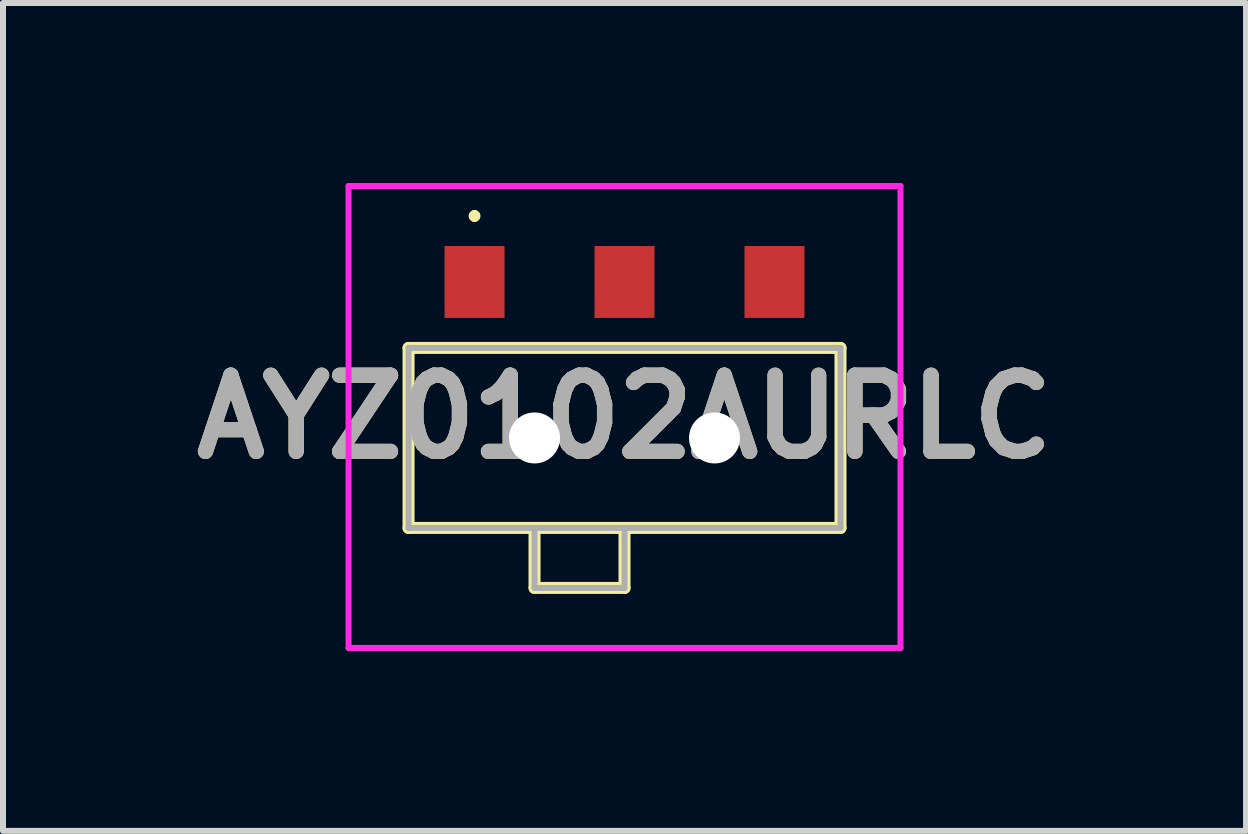
<source format=kicad_pcb>
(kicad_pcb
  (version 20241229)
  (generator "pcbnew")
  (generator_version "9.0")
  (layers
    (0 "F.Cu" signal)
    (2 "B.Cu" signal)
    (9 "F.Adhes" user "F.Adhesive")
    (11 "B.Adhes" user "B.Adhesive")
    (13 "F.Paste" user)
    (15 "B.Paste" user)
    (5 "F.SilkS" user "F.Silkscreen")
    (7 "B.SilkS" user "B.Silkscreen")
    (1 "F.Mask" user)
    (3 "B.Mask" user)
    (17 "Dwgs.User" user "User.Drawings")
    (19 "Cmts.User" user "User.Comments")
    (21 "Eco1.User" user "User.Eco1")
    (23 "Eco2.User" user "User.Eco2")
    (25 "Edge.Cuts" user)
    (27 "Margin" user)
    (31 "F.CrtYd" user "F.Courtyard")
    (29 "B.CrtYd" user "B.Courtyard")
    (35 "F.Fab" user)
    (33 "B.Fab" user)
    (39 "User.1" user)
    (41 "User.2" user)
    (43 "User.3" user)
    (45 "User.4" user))
  (footprint "AYZ0102AURLC"
    (layer "F.Cu")
    (at 7.36 4.2)
    (property "Reference" "AYZ0102AURLC" (at 0 -0.3 0) (layer "F.SilkS") (effects (font (size 1.27 1.27) (thickness 0.254))))
    (attr through_hole)
    (fp_line (start -3.6 -1.45) (end 3.6 -1.45) (stroke (width 0.2) (type solid)) (layer "F.SilkS"))
    (fp_line (start -3.6 1.55) (end -3.6 -1.45) (stroke (width 0.2) (type solid)) (layer "F.SilkS"))
    (fp_line (start -2.5 -3.7) (end -2.5 -3.7) (stroke (width 0.1) (type solid)) (layer "F.SilkS"))
    (fp_line (start -2.5 -3.6) (end -2.5 -3.6) (stroke (width 0.1) (type solid)) (layer "F.SilkS"))
    (fp_line (start -1.5 1.55) (end -1.5 2.55) (stroke (width 0.2) (type solid)) (layer "F.SilkS"))
    (fp_line (start -1.5 2.55) (end 0 2.55) (stroke (width 0.2) (type solid)) (layer "F.SilkS"))
    (fp_line (start 0 2.55) (end 0 1.55) (stroke (width 0.2) (type solid)) (layer "F.SilkS"))
    (fp_line (start 3.6 -1.45) (end 3.6 1.55) (stroke (width 0.2) (type solid)) (layer "F.SilkS"))
    (fp_line (start 3.6 1.55) (end -3.6 1.55) (stroke (width 0.2) (type solid)) (layer "F.SilkS"))
    (fp_arc (start -2.5 -3.7) (mid -2.45 -3.65) (end -2.5 -3.6) (stroke (width 0.1) (type solid)) (layer "F.SilkS"))
    (fp_arc (start -2.5 -3.6) (mid -2.55 -3.65) (end -2.5 -3.7) (stroke (width 0.1) (type solid)) (layer "F.SilkS"))
    (fp_line (start -4.6 -4.15) (end 4.6 -4.15) (stroke (width 0.1) (type solid)) (layer "F.CrtYd"))
    (fp_line (start -4.6 3.55) (end -4.6 -4.15) (stroke (width 0.1) (type solid)) (layer "F.CrtYd"))
    (fp_line (start 4.6 -4.15) (end 4.6 3.55) (stroke (width 0.1) (type solid)) (layer "F.CrtYd"))
    (fp_line (start 4.6 3.55) (end -4.6 3.55) (stroke (width 0.1) (type solid)) (layer "F.CrtYd"))
    (fp_line (start -3.6 -1.45) (end 3.6 -1.45) (stroke (width 0.1) (type solid)) (layer "F.Fab"))
    (fp_line (start -3.6 1.55) (end -3.6 -1.45) (stroke (width 0.1) (type solid)) (layer "F.Fab"))
    (fp_line (start -1.5 2.55) (end -1.5 1.55) (stroke (width 0.1) (type solid)) (layer "F.Fab"))
    (fp_line (start 0 1.55) (end 0 2.55) (stroke (width 0.1) (type solid)) (layer "F.Fab"))
    (fp_line (start 0 2.55) (end -1.5 2.55) (stroke (width 0.1) (type solid)) (layer "F.Fab"))
    (fp_line (start 3.6 -1.45) (end 3.6 1.55) (stroke (width 0.1) (type solid)) (layer "F.Fab"))
    (fp_line (start 3.6 1.55) (end -3.6 1.55) (stroke (width 0.1) (type solid)) (layer "F.Fab"))
    (fp_text user "${REFERENCE}" (at 0 -0.3 0) (layer "F.Fab") (effects (font (size 1.27 1.27) (thickness 0.254))))
    (pad "" np_thru_hole circle (at -1.5 0.05) (size 0.85 0.85) (drill 0.85) (layers "*.Cu" "*.Mask"))
    (pad "" np_thru_hole circle (at 1.5 0.05) (size 0.85 0.85) (drill 0.85) (layers "*.Cu" "*.Mask"))
    (pad "1" smd rect (at -2.5 -2.55) (size 1 1.2) (layers "F.Cu" "F.Mask" "F.Paste"))
    (pad "2" smd rect (at 0 -2.55) (size 1 1.2) (layers "F.Cu" "F.Mask" "F.Paste"))
    (pad "3" smd rect (at 2.5 -2.55) (size 1 1.2) (layers "F.Cu" "F.Mask" "F.Paste")))
  (gr_rect
    (start -3 -3)
    (end 17.72 10.8)
    (stroke (width 0.1) (type default))
    (fill no)
    (layer "Edge.Cuts")))
</source>
